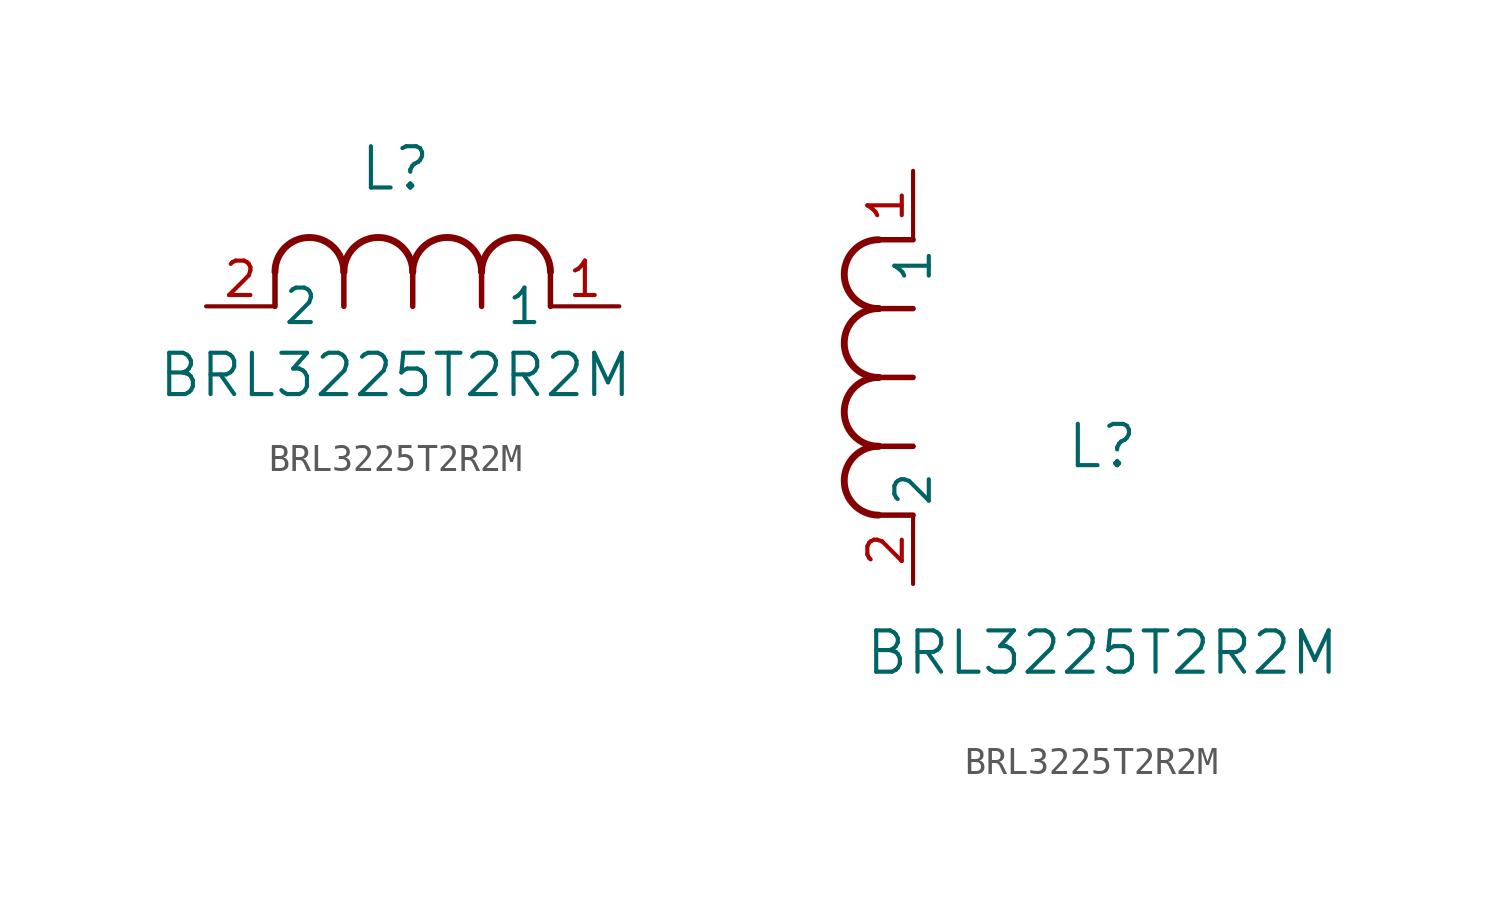
<source format=kicad_sym>
(kicad_symbol_lib
  (version 20211014)
  (generator kicad_symbol_editor)
  (symbol "BRL3225T2R2M"
    (pin_names
      (offset 0.254))
    (property "Reference" "L"
      (at 6.985 5.08 0)
      (effects (font (size 1.524 1.524))))
    (property "Value" "BRL3225T2R2M"
      (at 6.985 -2.54 0)
      (effects (font (size 1.524 1.524))))
    (symbol "BRL3225T2R2M_1_1"
      (arc (start 7.62 1.27) (mid 6.35 2.54) (end 5.08 1.27) (stroke (width 0.254) (type default) (color 0 0 0 0)) (fill (type none)))
      (polyline (pts (xy 5.08 0) (xy 5.08 1.27)) (stroke (width 0.203) (type default) (color 0 0 0 0)) (fill (type none)))
      (polyline (pts (xy 7.62 0) (xy 7.62 1.27)) (stroke (width 0.203) (type default) (color 0 0 0 0)) (fill (type none)))
      (polyline (pts (xy 12.7 0) (xy 12.7 1.27)) (stroke (width 0.203) (type default) (color 0 0 0 0)) (fill (type none)))
      (arc (start 5.08 1.27) (mid 3.81 2.54) (end 2.54 1.27) (stroke (width 0.254) (type default) (color 0 0 0 0)) (fill (type none)))
      (arc (start 10.16 1.27) (mid 8.89 2.54) (end 7.62 1.27) (stroke (width 0.254) (type default) (color 0 0 0 0)) (fill (type none)))
      (arc (start 12.7 1.27) (mid 11.43 2.54) (end 10.16 1.27) (stroke (width 0.254) (type default) (color 0 0 0 0)) (fill (type none)))
      (polyline (pts (xy 2.54 0) (xy 2.54 1.27)) (stroke (width 0.203) (type default) (color 0 0 0 0)) (fill (type none)))
      (polyline (pts (xy 10.16 0) (xy 10.16 1.27)) (stroke (width 0.203) (type default) (color 0 0 0 0)) (fill (type none)))
      (pin unspecified line (at 0 0 0) (length 2.54) (name "2" (effects (font (size 1.27 1.27)))) (number "2" (effects (font (size 1.27 1.27)))))
      (pin unspecified line (at 15.24 0 180) (length 2.54) (name "1" (effects (font (size 1.27 1.27)))) (number "1" (effects (font (size 1.27 1.27))))))
    (symbol "BRL3225T2R2M_1_2"
      (arc (start -1.27 7.62) (mid -2.54 6.35) (end -1.27 5.08) (stroke (width 0.254) (type default) (color 0 0 0 0)) (fill (type none)))
      (arc (start -1.27 5.08) (mid -2.54 3.81) (end -1.27 2.54) (stroke (width 0.254) (type default) (color 0 0 0 0)) (fill (type none)))
      (arc (start -1.27 12.7) (mid -2.54 11.43) (end -1.27 10.16) (stroke (width 0.254) (type default) (color 0 0 0 0)) (fill (type none)))
      (arc (start -1.27 10.16) (mid -2.54 8.89) (end -1.27 7.62) (stroke (width 0.254) (type default) (color 0 0 0 0)) (fill (type none)))
      (polyline (pts (xy 0 7.62) (xy -1.27 7.62)) (stroke (width 0.203) (type default) (color 0 0 0 0)) (fill (type none)))
      (polyline (pts (xy 0 5.08) (xy -1.27 5.08)) (stroke (width 0.203) (type default) (color 0 0 0 0)) (fill (type none)))
      (polyline (pts (xy 0 12.7) (xy -1.27 12.7)) (stroke (width 0.203) (type default) (color 0 0 0 0)) (fill (type none)))
      (polyline (pts (xy 0 2.54) (xy -1.27 2.54)) (stroke (width 0.203) (type default) (color 0 0 0 0)) (fill (type none)))
      (polyline (pts (xy 0 10.16) (xy -1.27 10.16)) (stroke (width 0.203) (type default) (color 0 0 0 0)) (fill (type none)))
      (pin unspecified line (at 0 0 90) (length 2.54) (name "2" (effects (font (size 1.27 1.27)))) (number "2" (effects (font (size 1.27 1.27)))))
      (pin unspecified line (at 0 15.24 270) (length 2.54) (name "1" (effects (font (size 1.27 1.27)))) (number "1" (effects (font (size 1.27 1.27))))))))
</source>
